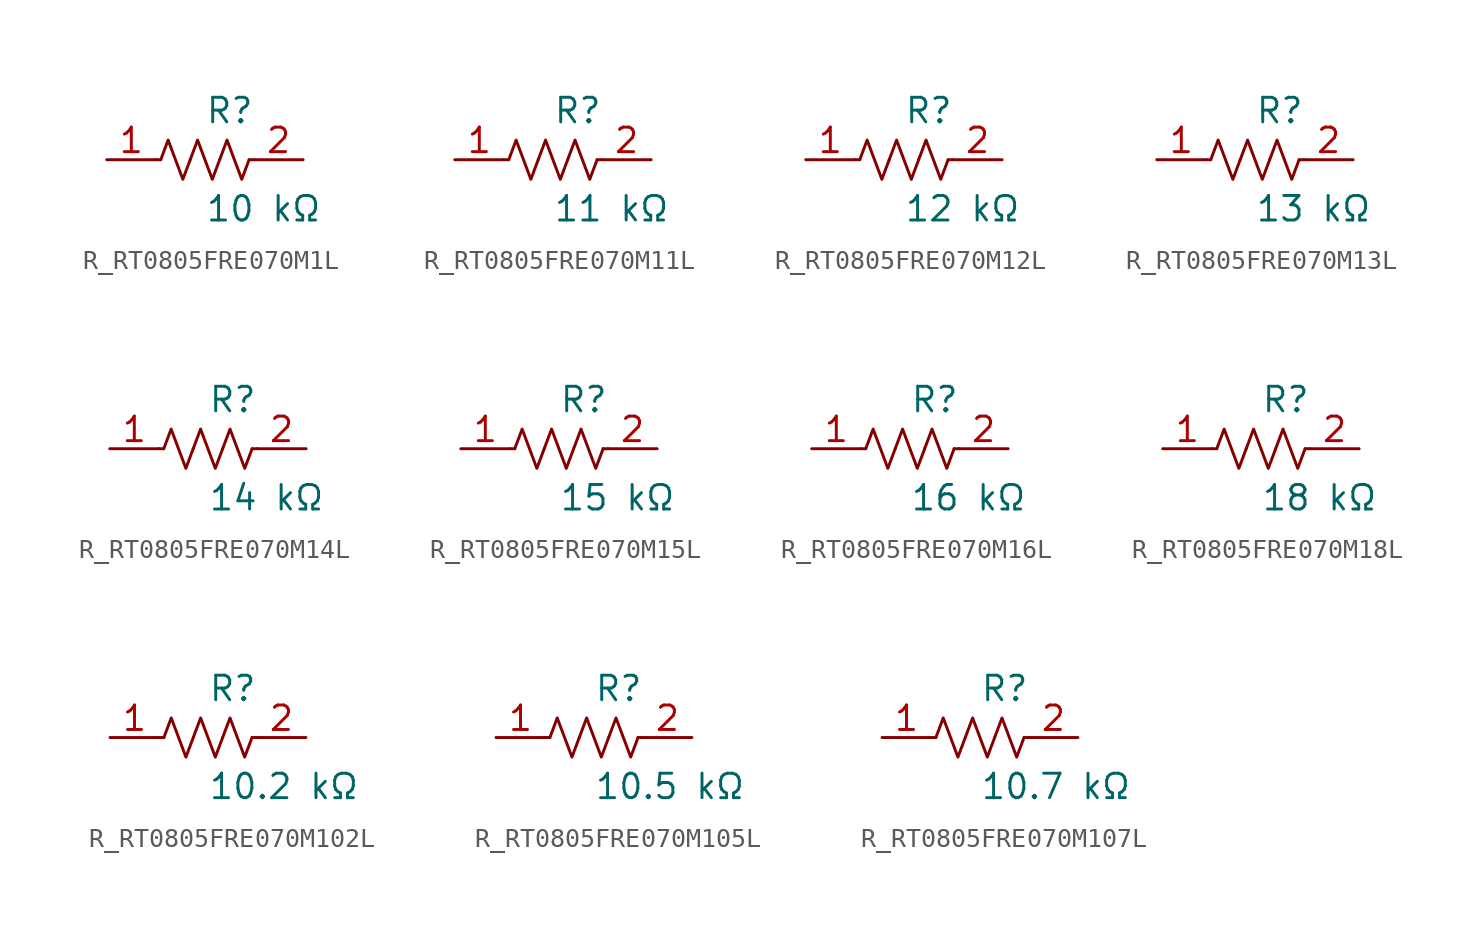
<source format=kicad_sym>
(kicad_symbol_lib
  (version 20231120)
  (generator kicad_symbol_editor)
  (generator_version 8.0)
  (symbol "R_RT0805FRE070M1L"
    (pin_names
      (offset 0.254))
    (property "Reference" "R"
      (at 0.0 2.54 0)
      (effects (font (size 1.27 1.27)) (justify left)))
    (property "Value" "10 kΩ"
      (at 0.0 -2.54 0)
      (effects (font (size 1.27 1.27)) (justify left)))
    (symbol "R_RT0805FRE070M1L_0_1"
      (polyline (pts (xy 2.286 0) (xy 2.54 0)) (stroke (width 0) (type default)) (fill (type none)))
      (polyline (pts (xy -2.286 0) (xy -2.54 0)) (stroke (width 0) (type default)) (fill (type none)))
      (polyline (pts (xy 0.762 0) (xy 1.143 1.016) (xy 1.524 0) (xy 1.905 -1.016) (xy 2.286 0)) (stroke (width 0) (type default)) (fill (type none)))
      (polyline (pts (xy -0.762 0) (xy -0.381 1.016) (xy 0 0) (xy 0.381 -1.016) (xy 0.762 0)) (stroke (width 0) (type default)) (fill (type none)))
      (polyline (pts (xy -2.286 0) (xy -1.905 1.016) (xy -1.524 0) (xy -1.143 -1.016) (xy -0.762 0)) (stroke (width 0) (type default)) (fill (type none))))
    (pin unspecified line
      (at -5.08 0 0)
      (length 2.54)
      (name "" (effects (font (size 1.27 1.27))))
      (number "1" (effects (font (size 1.27 1.27)))))
    (pin unspecified line
      (at 5.08 0 180)
      (length 2.54)
      (name "" (effects (font (size 1.27 1.27))))
      (number "2" (effects (font (size 1.27 1.27))))))
  (symbol "R_RT0805FRE070M11L"
    (pin_names
      (offset 0.254))
    (property "Reference" "R"
      (at 0.0 2.54 0)
      (effects (font (size 1.27 1.27)) (justify left)))
    (property "Value" "11 kΩ"
      (at 0.0 -2.54 0)
      (effects (font (size 1.27 1.27)) (justify left)))
    (symbol "R_RT0805FRE070M11L_0_1"
      (polyline (pts (xy 2.286 0) (xy 2.54 0)) (stroke (width 0) (type default)) (fill (type none)))
      (polyline (pts (xy -2.286 0) (xy -2.54 0)) (stroke (width 0) (type default)) (fill (type none)))
      (polyline (pts (xy 0.762 0) (xy 1.143 1.016) (xy 1.524 0) (xy 1.905 -1.016) (xy 2.286 0)) (stroke (width 0) (type default)) (fill (type none)))
      (polyline (pts (xy -0.762 0) (xy -0.381 1.016) (xy 0 0) (xy 0.381 -1.016) (xy 0.762 0)) (stroke (width 0) (type default)) (fill (type none)))
      (polyline (pts (xy -2.286 0) (xy -1.905 1.016) (xy -1.524 0) (xy -1.143 -1.016) (xy -0.762 0)) (stroke (width 0) (type default)) (fill (type none))))
    (pin unspecified line
      (at -5.08 0 0)
      (length 2.54)
      (name "" (effects (font (size 1.27 1.27))))
      (number "1" (effects (font (size 1.27 1.27)))))
    (pin unspecified line
      (at 5.08 0 180)
      (length 2.54)
      (name "" (effects (font (size 1.27 1.27))))
      (number "2" (effects (font (size 1.27 1.27))))))
  (symbol "R_RT0805FRE070M12L"
    (pin_names
      (offset 0.254))
    (property "Reference" "R"
      (at 0.0 2.54 0)
      (effects (font (size 1.27 1.27)) (justify left)))
    (property "Value" "12 kΩ"
      (at 0.0 -2.54 0)
      (effects (font (size 1.27 1.27)) (justify left)))
    (symbol "R_RT0805FRE070M12L_0_1"
      (polyline (pts (xy 2.286 0) (xy 2.54 0)) (stroke (width 0) (type default)) (fill (type none)))
      (polyline (pts (xy -2.286 0) (xy -2.54 0)) (stroke (width 0) (type default)) (fill (type none)))
      (polyline (pts (xy 0.762 0) (xy 1.143 1.016) (xy 1.524 0) (xy 1.905 -1.016) (xy 2.286 0)) (stroke (width 0) (type default)) (fill (type none)))
      (polyline (pts (xy -0.762 0) (xy -0.381 1.016) (xy 0 0) (xy 0.381 -1.016) (xy 0.762 0)) (stroke (width 0) (type default)) (fill (type none)))
      (polyline (pts (xy -2.286 0) (xy -1.905 1.016) (xy -1.524 0) (xy -1.143 -1.016) (xy -0.762 0)) (stroke (width 0) (type default)) (fill (type none))))
    (pin unspecified line
      (at -5.08 0 0)
      (length 2.54)
      (name "" (effects (font (size 1.27 1.27))))
      (number "1" (effects (font (size 1.27 1.27)))))
    (pin unspecified line
      (at 5.08 0 180)
      (length 2.54)
      (name "" (effects (font (size 1.27 1.27))))
      (number "2" (effects (font (size 1.27 1.27))))))
  (symbol "R_RT0805FRE070M13L"
    (pin_names
      (offset 0.254))
    (property "Reference" "R"
      (at 0.0 2.54 0)
      (effects (font (size 1.27 1.27)) (justify left)))
    (property "Value" "13 kΩ"
      (at 0.0 -2.54 0)
      (effects (font (size 1.27 1.27)) (justify left)))
    (symbol "R_RT0805FRE070M13L_0_1"
      (polyline (pts (xy 2.286 0) (xy 2.54 0)) (stroke (width 0) (type default)) (fill (type none)))
      (polyline (pts (xy -2.286 0) (xy -2.54 0)) (stroke (width 0) (type default)) (fill (type none)))
      (polyline (pts (xy 0.762 0) (xy 1.143 1.016) (xy 1.524 0) (xy 1.905 -1.016) (xy 2.286 0)) (stroke (width 0) (type default)) (fill (type none)))
      (polyline (pts (xy -0.762 0) (xy -0.381 1.016) (xy 0 0) (xy 0.381 -1.016) (xy 0.762 0)) (stroke (width 0) (type default)) (fill (type none)))
      (polyline (pts (xy -2.286 0) (xy -1.905 1.016) (xy -1.524 0) (xy -1.143 -1.016) (xy -0.762 0)) (stroke (width 0) (type default)) (fill (type none))))
    (pin unspecified line
      (at -5.08 0 0)
      (length 2.54)
      (name "" (effects (font (size 1.27 1.27))))
      (number "1" (effects (font (size 1.27 1.27)))))
    (pin unspecified line
      (at 5.08 0 180)
      (length 2.54)
      (name "" (effects (font (size 1.27 1.27))))
      (number "2" (effects (font (size 1.27 1.27))))))
  (symbol "R_RT0805FRE070M14L"
    (pin_names
      (offset 0.254))
    (property "Reference" "R"
      (at 0.0 2.54 0)
      (effects (font (size 1.27 1.27)) (justify left)))
    (property "Value" "14 kΩ"
      (at 0.0 -2.54 0)
      (effects (font (size 1.27 1.27)) (justify left)))
    (symbol "R_RT0805FRE070M14L_0_1"
      (polyline (pts (xy 2.286 0) (xy 2.54 0)) (stroke (width 0) (type default)) (fill (type none)))
      (polyline (pts (xy -2.286 0) (xy -2.54 0)) (stroke (width 0) (type default)) (fill (type none)))
      (polyline (pts (xy 0.762 0) (xy 1.143 1.016) (xy 1.524 0) (xy 1.905 -1.016) (xy 2.286 0)) (stroke (width 0) (type default)) (fill (type none)))
      (polyline (pts (xy -0.762 0) (xy -0.381 1.016) (xy 0 0) (xy 0.381 -1.016) (xy 0.762 0)) (stroke (width 0) (type default)) (fill (type none)))
      (polyline (pts (xy -2.286 0) (xy -1.905 1.016) (xy -1.524 0) (xy -1.143 -1.016) (xy -0.762 0)) (stroke (width 0) (type default)) (fill (type none))))
    (pin unspecified line
      (at -5.08 0 0)
      (length 2.54)
      (name "" (effects (font (size 1.27 1.27))))
      (number "1" (effects (font (size 1.27 1.27)))))
    (pin unspecified line
      (at 5.08 0 180)
      (length 2.54)
      (name "" (effects (font (size 1.27 1.27))))
      (number "2" (effects (font (size 1.27 1.27))))))
  (symbol "R_RT0805FRE070M15L"
    (pin_names
      (offset 0.254))
    (property "Reference" "R"
      (at 0.0 2.54 0)
      (effects (font (size 1.27 1.27)) (justify left)))
    (property "Value" "15 kΩ"
      (at 0.0 -2.54 0)
      (effects (font (size 1.27 1.27)) (justify left)))
    (symbol "R_RT0805FRE070M15L_0_1"
      (polyline (pts (xy 2.286 0) (xy 2.54 0)) (stroke (width 0) (type default)) (fill (type none)))
      (polyline (pts (xy -2.286 0) (xy -2.54 0)) (stroke (width 0) (type default)) (fill (type none)))
      (polyline (pts (xy 0.762 0) (xy 1.143 1.016) (xy 1.524 0) (xy 1.905 -1.016) (xy 2.286 0)) (stroke (width 0) (type default)) (fill (type none)))
      (polyline (pts (xy -0.762 0) (xy -0.381 1.016) (xy 0 0) (xy 0.381 -1.016) (xy 0.762 0)) (stroke (width 0) (type default)) (fill (type none)))
      (polyline (pts (xy -2.286 0) (xy -1.905 1.016) (xy -1.524 0) (xy -1.143 -1.016) (xy -0.762 0)) (stroke (width 0) (type default)) (fill (type none))))
    (pin unspecified line
      (at -5.08 0 0)
      (length 2.54)
      (name "" (effects (font (size 1.27 1.27))))
      (number "1" (effects (font (size 1.27 1.27)))))
    (pin unspecified line
      (at 5.08 0 180)
      (length 2.54)
      (name "" (effects (font (size 1.27 1.27))))
      (number "2" (effects (font (size 1.27 1.27))))))
  (symbol "R_RT0805FRE070M16L"
    (pin_names
      (offset 0.254))
    (property "Reference" "R"
      (at 0.0 2.54 0)
      (effects (font (size 1.27 1.27)) (justify left)))
    (property "Value" "16 kΩ"
      (at 0.0 -2.54 0)
      (effects (font (size 1.27 1.27)) (justify left)))
    (symbol "R_RT0805FRE070M16L_0_1"
      (polyline (pts (xy 2.286 0) (xy 2.54 0)) (stroke (width 0) (type default)) (fill (type none)))
      (polyline (pts (xy -2.286 0) (xy -2.54 0)) (stroke (width 0) (type default)) (fill (type none)))
      (polyline (pts (xy 0.762 0) (xy 1.143 1.016) (xy 1.524 0) (xy 1.905 -1.016) (xy 2.286 0)) (stroke (width 0) (type default)) (fill (type none)))
      (polyline (pts (xy -0.762 0) (xy -0.381 1.016) (xy 0 0) (xy 0.381 -1.016) (xy 0.762 0)) (stroke (width 0) (type default)) (fill (type none)))
      (polyline (pts (xy -2.286 0) (xy -1.905 1.016) (xy -1.524 0) (xy -1.143 -1.016) (xy -0.762 0)) (stroke (width 0) (type default)) (fill (type none))))
    (pin unspecified line
      (at -5.08 0 0)
      (length 2.54)
      (name "" (effects (font (size 1.27 1.27))))
      (number "1" (effects (font (size 1.27 1.27)))))
    (pin unspecified line
      (at 5.08 0 180)
      (length 2.54)
      (name "" (effects (font (size 1.27 1.27))))
      (number "2" (effects (font (size 1.27 1.27))))))
  (symbol "R_RT0805FRE070M18L"
    (pin_names
      (offset 0.254))
    (property "Reference" "R"
      (at 0.0 2.54 0)
      (effects (font (size 1.27 1.27)) (justify left)))
    (property "Value" "18 kΩ"
      (at 0.0 -2.54 0)
      (effects (font (size 1.27 1.27)) (justify left)))
    (symbol "R_RT0805FRE070M18L_0_1"
      (polyline (pts (xy 2.286 0) (xy 2.54 0)) (stroke (width 0) (type default)) (fill (type none)))
      (polyline (pts (xy -2.286 0) (xy -2.54 0)) (stroke (width 0) (type default)) (fill (type none)))
      (polyline (pts (xy 0.762 0) (xy 1.143 1.016) (xy 1.524 0) (xy 1.905 -1.016) (xy 2.286 0)) (stroke (width 0) (type default)) (fill (type none)))
      (polyline (pts (xy -0.762 0) (xy -0.381 1.016) (xy 0 0) (xy 0.381 -1.016) (xy 0.762 0)) (stroke (width 0) (type default)) (fill (type none)))
      (polyline (pts (xy -2.286 0) (xy -1.905 1.016) (xy -1.524 0) (xy -1.143 -1.016) (xy -0.762 0)) (stroke (width 0) (type default)) (fill (type none))))
    (pin unspecified line
      (at -5.08 0 0)
      (length 2.54)
      (name "" (effects (font (size 1.27 1.27))))
      (number "1" (effects (font (size 1.27 1.27)))))
    (pin unspecified line
      (at 5.08 0 180)
      (length 2.54)
      (name "" (effects (font (size 1.27 1.27))))
      (number "2" (effects (font (size 1.27 1.27))))))
  (symbol "R_RT0805FRE070M102L"
    (pin_names
      (offset 0.254))
    (property "Reference" "R"
      (at 0.0 2.54 0)
      (effects (font (size 1.27 1.27)) (justify left)))
    (property "Value" "10.2 kΩ"
      (at 0.0 -2.54 0)
      (effects (font (size 1.27 1.27)) (justify left)))
    (symbol "R_RT0805FRE070M102L_0_1"
      (polyline (pts (xy 2.286 0) (xy 2.54 0)) (stroke (width 0) (type default)) (fill (type none)))
      (polyline (pts (xy -2.286 0) (xy -2.54 0)) (stroke (width 0) (type default)) (fill (type none)))
      (polyline (pts (xy 0.762 0) (xy 1.143 1.016) (xy 1.524 0) (xy 1.905 -1.016) (xy 2.286 0)) (stroke (width 0) (type default)) (fill (type none)))
      (polyline (pts (xy -0.762 0) (xy -0.381 1.016) (xy 0 0) (xy 0.381 -1.016) (xy 0.762 0)) (stroke (width 0) (type default)) (fill (type none)))
      (polyline (pts (xy -2.286 0) (xy -1.905 1.016) (xy -1.524 0) (xy -1.143 -1.016) (xy -0.762 0)) (stroke (width 0) (type default)) (fill (type none))))
    (pin unspecified line
      (at -5.08 0 0)
      (length 2.54)
      (name "" (effects (font (size 1.27 1.27))))
      (number "1" (effects (font (size 1.27 1.27)))))
    (pin unspecified line
      (at 5.08 0 180)
      (length 2.54)
      (name "" (effects (font (size 1.27 1.27))))
      (number "2" (effects (font (size 1.27 1.27))))))
  (symbol "R_RT0805FRE070M105L"
    (pin_names
      (offset 0.254))
    (property "Reference" "R"
      (at 0.0 2.54 0)
      (effects (font (size 1.27 1.27)) (justify left)))
    (property "Value" "10.5 kΩ"
      (at 0.0 -2.54 0)
      (effects (font (size 1.27 1.27)) (justify left)))
    (symbol "R_RT0805FRE070M105L_0_1"
      (polyline (pts (xy 2.286 0) (xy 2.54 0)) (stroke (width 0) (type default)) (fill (type none)))
      (polyline (pts (xy -2.286 0) (xy -2.54 0)) (stroke (width 0) (type default)) (fill (type none)))
      (polyline (pts (xy 0.762 0) (xy 1.143 1.016) (xy 1.524 0) (xy 1.905 -1.016) (xy 2.286 0)) (stroke (width 0) (type default)) (fill (type none)))
      (polyline (pts (xy -0.762 0) (xy -0.381 1.016) (xy 0 0) (xy 0.381 -1.016) (xy 0.762 0)) (stroke (width 0) (type default)) (fill (type none)))
      (polyline (pts (xy -2.286 0) (xy -1.905 1.016) (xy -1.524 0) (xy -1.143 -1.016) (xy -0.762 0)) (stroke (width 0) (type default)) (fill (type none))))
    (pin unspecified line
      (at -5.08 0 0)
      (length 2.54)
      (name "" (effects (font (size 1.27 1.27))))
      (number "1" (effects (font (size 1.27 1.27)))))
    (pin unspecified line
      (at 5.08 0 180)
      (length 2.54)
      (name "" (effects (font (size 1.27 1.27))))
      (number "2" (effects (font (size 1.27 1.27))))))
  (symbol "R_RT0805FRE070M107L"
    (pin_names
      (offset 0.254))
    (property "Reference" "R"
      (at 0.0 2.54 0)
      (effects (font (size 1.27 1.27)) (justify left)))
    (property "Value" "10.7 kΩ"
      (at 0.0 -2.54 0)
      (effects (font (size 1.27 1.27)) (justify left)))
    (symbol "R_RT0805FRE070M107L_0_1"
      (polyline (pts (xy 2.286 0) (xy 2.54 0)) (stroke (width 0) (type default)) (fill (type none)))
      (polyline (pts (xy -2.286 0) (xy -2.54 0)) (stroke (width 0) (type default)) (fill (type none)))
      (polyline (pts (xy 0.762 0) (xy 1.143 1.016) (xy 1.524 0) (xy 1.905 -1.016) (xy 2.286 0)) (stroke (width 0) (type default)) (fill (type none)))
      (polyline (pts (xy -0.762 0) (xy -0.381 1.016) (xy 0 0) (xy 0.381 -1.016) (xy 0.762 0)) (stroke (width 0) (type default)) (fill (type none)))
      (polyline (pts (xy -2.286 0) (xy -1.905 1.016) (xy -1.524 0) (xy -1.143 -1.016) (xy -0.762 0)) (stroke (width 0) (type default)) (fill (type none))))
    (pin unspecified line
      (at -5.08 0 0)
      (length 2.54)
      (name "" (effects (font (size 1.27 1.27))))
      (number "1" (effects (font (size 1.27 1.27)))))
    (pin unspecified line
      (at 5.08 0 180)
      (length 2.54)
      (name "" (effects (font (size 1.27 1.27))))
      (number "2" (effects (font (size 1.27 1.27)))))))
</source>
